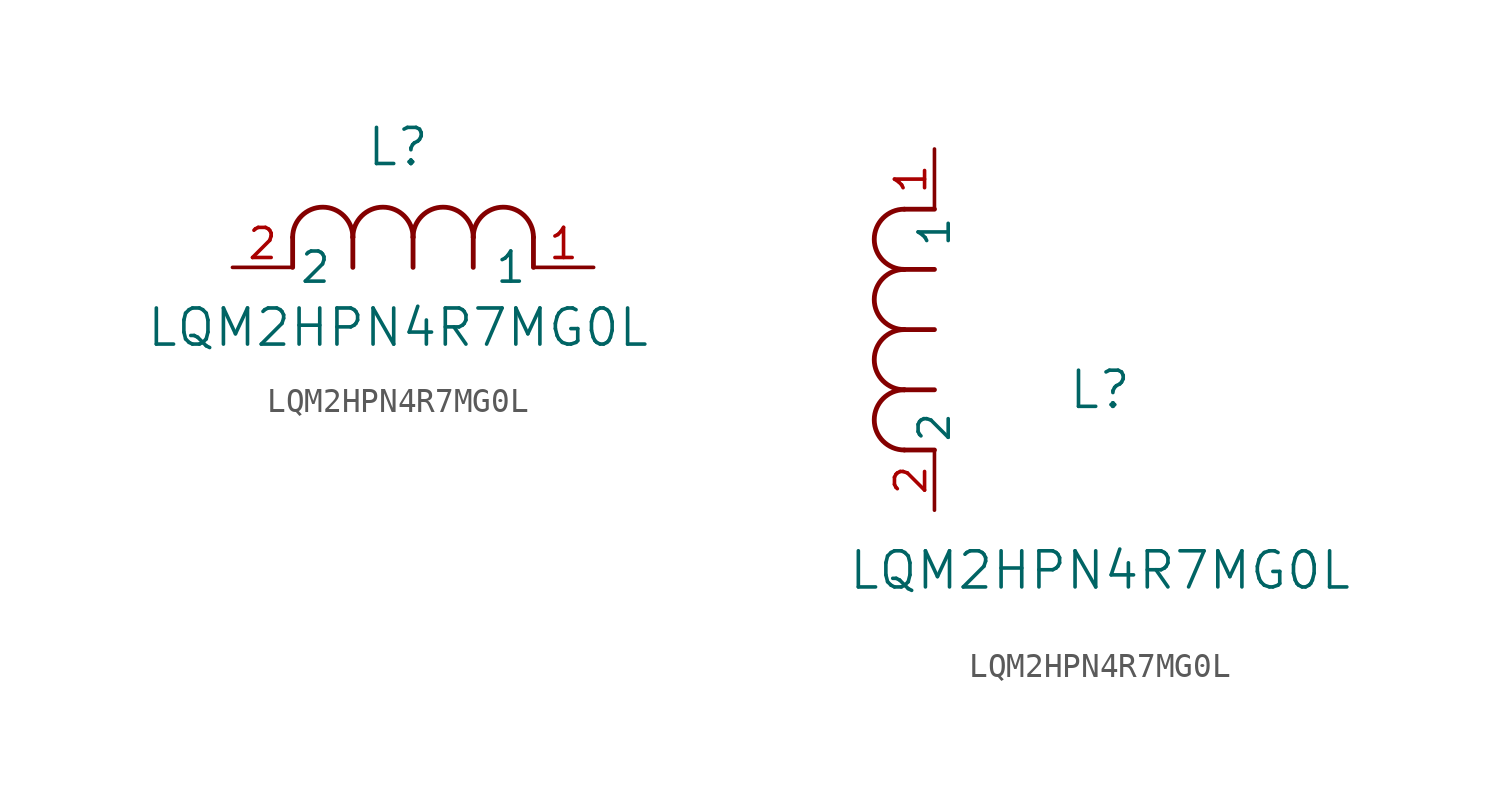
<source format=kicad_sym>
(kicad_symbol_lib
  (version 20211014)
  (generator kicad_symbol_editor)
  (symbol "LQM2HPN4R7MG0L"
    (pin_names
      (offset 0.254))
    (property "Reference" "L"
      (at 6.985 5.08 0)
      (effects (font (size 1.524 1.524))))
    (property "Value" "LQM2HPN4R7MG0L"
      (at 6.985 -2.54 0)
      (effects (font (size 1.524 1.524))))
    (symbol "LQM2HPN4R7MG0L_1_1"
      (arc (start 7.62 1.27) (mid 6.35 2.54) (end 5.08 1.27) (stroke (width 0.2032) (type default) (color 0 0 0 0)) (fill (type none)))
      (polyline (pts (xy 5.08 0) (xy 5.08 1.27)) (stroke (width 0.203) (type default) (color 0 0 0 0)) (fill (type none)))
      (polyline (pts (xy 7.62 0) (xy 7.62 1.27)) (stroke (width 0.203) (type default) (color 0 0 0 0)) (fill (type none)))
      (polyline (pts (xy 12.7 0) (xy 12.7 1.27)) (stroke (width 0.203) (type default) (color 0 0 0 0)) (fill (type none)))
      (arc (start 5.08 1.27) (mid 3.81 2.54) (end 2.54 1.27) (stroke (width 0.2032) (type default) (color 0 0 0 0)) (fill (type none)))
      (arc (start 10.16 1.27) (mid 8.89 2.54) (end 7.62 1.27) (stroke (width 0.2032) (type default) (color 0 0 0 0)) (fill (type none)))
      (arc (start 12.7 1.27) (mid 11.43 2.54) (end 10.16 1.27) (stroke (width 0.2032) (type default) (color 0 0 0 0)) (fill (type none)))
      (polyline (pts (xy 2.54 0) (xy 2.54 1.27)) (stroke (width 0.203) (type default) (color 0 0 0 0)) (fill (type none)))
      (polyline (pts (xy 10.16 0) (xy 10.16 1.27)) (stroke (width 0.203) (type default) (color 0 0 0 0)) (fill (type none)))
      (pin unspecified line (at 0 0 0) (length 2.54) (name "2" (effects (font (size 1.27 1.27)))) (number "2" (effects (font (size 1.27 1.27)))))
      (pin unspecified line (at 15.24 0 180) (length 2.54) (name "1" (effects (font (size 1.27 1.27)))) (number "1" (effects (font (size 1.27 1.27))))))
    (symbol "LQM2HPN4R7MG0L_1_2"
      (arc (start -1.27 7.62) (mid -2.54 6.35) (end -1.27 5.08) (stroke (width 0.2032) (type default) (color 0 0 0 0)) (fill (type none)))
      (arc (start -1.27 5.08) (mid -2.54 3.81) (end -1.27 2.54) (stroke (width 0.2032) (type default) (color 0 0 0 0)) (fill (type none)))
      (arc (start -1.27 12.7) (mid -2.54 11.43) (end -1.27 10.16) (stroke (width 0.2032) (type default) (color 0 0 0 0)) (fill (type none)))
      (arc (start -1.27 10.16) (mid -2.54 8.89) (end -1.27 7.62) (stroke (width 0.2032) (type default) (color 0 0 0 0)) (fill (type none)))
      (polyline (pts (xy 0 7.62) (xy -1.27 7.62)) (stroke (width 0.203) (type default) (color 0 0 0 0)) (fill (type none)))
      (polyline (pts (xy 0 5.08) (xy -1.27 5.08)) (stroke (width 0.203) (type default) (color 0 0 0 0)) (fill (type none)))
      (polyline (pts (xy 0 12.7) (xy -1.27 12.7)) (stroke (width 0.203) (type default) (color 0 0 0 0)) (fill (type none)))
      (polyline (pts (xy 0 2.54) (xy -1.27 2.54)) (stroke (width 0.203) (type default) (color 0 0 0 0)) (fill (type none)))
      (polyline (pts (xy 0 10.16) (xy -1.27 10.16)) (stroke (width 0.203) (type default) (color 0 0 0 0)) (fill (type none)))
      (pin unspecified line (at 0 0 90) (length 2.54) (name "2" (effects (font (size 1.27 1.27)))) (number "2" (effects (font (size 1.27 1.27)))))
      (pin unspecified line (at 0 15.24 270) (length 2.54) (name "1" (effects (font (size 1.27 1.27)))) (number "1" (effects (font (size 1.27 1.27))))))))
</source>
